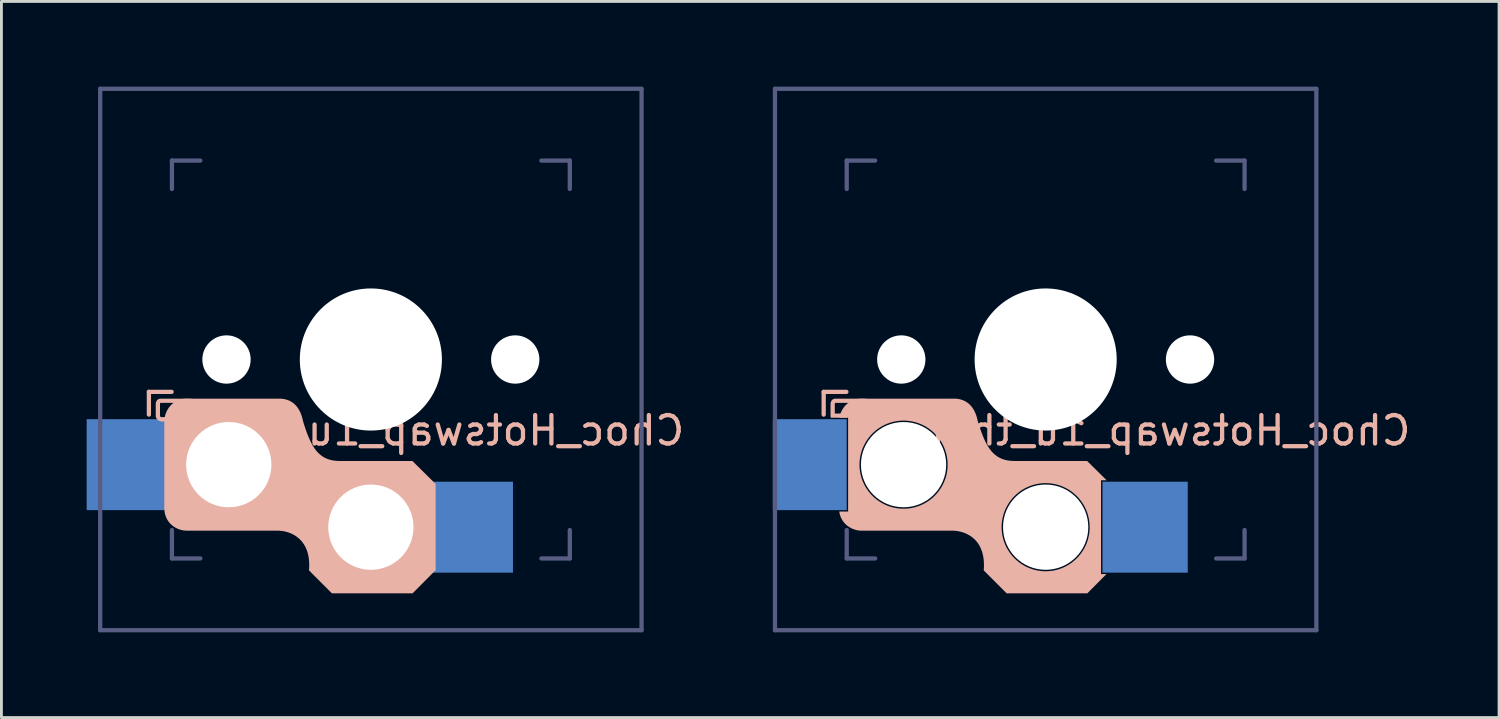
<source format=kicad_pcb>
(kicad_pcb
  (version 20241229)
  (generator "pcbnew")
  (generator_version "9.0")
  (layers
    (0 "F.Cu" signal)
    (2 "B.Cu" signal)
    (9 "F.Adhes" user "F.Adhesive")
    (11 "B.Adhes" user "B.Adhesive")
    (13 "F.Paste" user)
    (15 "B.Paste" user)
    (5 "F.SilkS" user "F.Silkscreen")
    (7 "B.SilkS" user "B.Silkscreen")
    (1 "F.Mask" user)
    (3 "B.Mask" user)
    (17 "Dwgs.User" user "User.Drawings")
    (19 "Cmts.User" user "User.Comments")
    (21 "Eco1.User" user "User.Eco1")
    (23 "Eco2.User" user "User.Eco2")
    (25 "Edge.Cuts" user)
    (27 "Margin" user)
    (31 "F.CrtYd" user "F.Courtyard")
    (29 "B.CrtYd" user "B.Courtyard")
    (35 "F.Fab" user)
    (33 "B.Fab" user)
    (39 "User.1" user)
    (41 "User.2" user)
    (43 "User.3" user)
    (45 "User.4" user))
  (footprint "Choc_Hotswap_1u"
    (layer "F.Cu")
    (at 10 9.6)
    (property "Reference" "Choc_Hotswap_1u" (at 4.4 2.5 0) (unlocked yes) (layer "B.SilkS") (effects (font (size 1 1) (thickness 0.15)) (justify mirror)))
    (attr through_hole)
    (fp_line (start -7.811 1.139) (end -7.011 1.139) (stroke (width 0.15) (type solid)) (layer "B.SilkS"))
    (fp_line (start -7.811 1.939) (end -7.811 1.139) (stroke (width 0.15) (type solid)) (layer "B.SilkS"))
    (fp_poly (pts (xy -3.156 1.379) (xy -3.093 1.386) (xy -3.03 1.396) (xy -2.968 1.413) (xy -2.936 1.423) (xy -2.905 1.434) (xy -2.875 1.447) (xy -2.844 1.462) (xy -2.814 1.478) (xy -2.784 1.496) (xy -2.755 1.516) (xy -2.726 1.537) (xy -2.698 1.561) (xy -2.671 1.586) (xy -2.644 1.613) (xy -2.618 1.642) (xy -2.593 1.673) (xy -2.569 1.707) (xy -2.546 1.742) (xy -2.523 1.78) (xy -2.502 1.82) (xy -2.482 1.862) (xy -2.463 1.907) (xy -2.445 1.954) (xy -2.429 2.004) (xy -2.414 2.056) (xy -2.4 2.111) (xy -2.388 2.168) (xy -2.334 2.34) (xy -2.28 2.5) (xy -2.225 2.649) (xy -2.168 2.787) (xy -2.108 2.913) (xy -2.046 3.028) (xy -1.979 3.132) (xy -1.908 3.225) (xy -1.87 3.267) (xy -1.831 3.307) (xy -1.79 3.343) (xy -1.747 3.377) (xy -1.703 3.409) (xy -1.657 3.437) (xy -1.609 3.463) (xy -1.558 3.486) (xy -1.506 3.506) (xy -1.452 3.524) (xy -1.395 3.539) (xy -1.335 3.551) (xy -1.274 3.56) (xy -1.209 3.567) (xy -1.072 3.572) (xy 1.462 3.572) (xy 2.279 4.38) (xy 2.279 7.411) (xy 1.467 8.229) (xy -1.37 8.229) (xy -2.177 7.421) (xy -2.171 7.317) (xy -2.169 7.217) (xy -2.173 7.123) (xy -2.18 7.033) (xy -2.192 6.948) (xy -2.208 6.868) (xy -2.227 6.792) (xy -2.25 6.721) (xy -2.277 6.654) (xy -2.306 6.591) (xy -2.339 6.532) (xy -2.374 6.477) (xy -2.411 6.426) (xy -2.451 6.378) (xy -2.492 6.334) (xy -2.535 6.294) (xy -2.58 6.257) (xy -2.626 6.223) (xy -2.673 6.192) (xy -2.721 6.164) (xy -2.818 6.117) (xy -2.916 6.081) (xy -3.012 6.054) (xy -3.105 6.036) (xy -3.194 6.026) (xy -3.275 6.023) (xy -6.483 6.023) (xy -6.546 6.02) (xy -6.611 6.011) (xy -6.678 5.997) (xy -6.745 5.976) (xy -6.811 5.949) (xy -6.844 5.934) (xy -6.876 5.916) (xy -6.908 5.897) (xy -6.939 5.877) (xy -6.969 5.855) (xy -6.999 5.831) (xy -7.027 5.806) (xy -7.055 5.779) (xy -7.081 5.75) (xy -7.106 5.72) (xy -7.13 5.688) (xy -7.152 5.654) (xy -7.173 5.619) (xy -7.191 5.582) (xy -7.209 5.543) (xy -7.224 5.502) (xy -7.237 5.46) (xy -7.248 5.416) (xy -7.256 5.37) (xy -7.263 5.322) (xy -7.267 5.273) (xy -7.268 5.221) (xy -7.268 2.18) (xy -7.265 2.11) (xy -7.255 2.039) (xy -7.239 1.968) (xy -7.217 1.898) (xy -7.188 1.83) (xy -7.172 1.796) (xy -7.154 1.763) (xy -7.134 1.731) (xy -7.113 1.7) (xy -7.091 1.669) (xy -7.066 1.64) (xy -7.041 1.612) (xy -7.014 1.584) (xy -6.985 1.558) (xy -6.955 1.534) (xy -6.924 1.511) (xy -6.891 1.489) (xy -6.856 1.469) (xy -6.821 1.451) (xy -6.783 1.434) (xy -6.745 1.42) (xy -6.705 1.407) (xy -6.663 1.397) (xy -6.62 1.388) (xy -6.576 1.382) (xy -6.53 1.379) (xy -6.483 1.377) (xy -3.217 1.377)) (stroke (width -0.000001) (type solid)) (fill yes) (layer "B.SilkS"))
    (fp_poly (pts (xy -6.266 1.379) (xy -6.311 1.382) (xy -6.355 1.388) (xy -6.398 1.397) (xy -6.439 1.407) (xy -6.479 1.42) (xy -6.518 1.434) (xy -6.555 1.451) (xy -6.591 1.469) (xy -6.625 1.489) (xy -6.658 1.511) (xy -6.69 1.534) (xy -6.72 1.558) (xy -6.748 1.584) (xy -6.775 1.612) (xy -6.801 1.64) (xy -6.825 1.669) (xy -6.848 1.7) (xy -6.869 1.731) (xy -6.889 1.763) (xy -6.907 1.796) (xy -6.924 1.83) (xy -6.939 1.864) (xy -6.952 1.898) (xy -6.964 1.933) (xy -6.974 1.968) (xy -6.991 2.039) (xy -6.996 2.075) (xy -7 2.11) (xy -7.003 2.145) (xy -7.003 2.18) (xy -7.374 2.18) (xy -7.383 2.179) (xy -7.391 2.179) (xy -7.399 2.177) (xy -7.407 2.176) (xy -7.416 2.174) (xy -7.424 2.171) (xy -7.433 2.168) (xy -7.441 2.164) (xy -7.449 2.16) (xy -7.458 2.156) (xy -7.474 2.146) (xy -7.489 2.135) (xy -7.497 2.129) (xy -7.504 2.123) (xy -7.511 2.116) (xy -7.518 2.109) (xy -7.524 2.101) (xy -7.531 2.094) (xy -7.536 2.086) (xy -7.542 2.078) (xy -7.547 2.069) (xy -7.551 2.061) (xy -7.556 2.052) (xy -7.559 2.043) (xy -7.562 2.033) (xy -7.565 2.024) (xy -7.567 2.014) (xy -7.569 2.005) (xy -7.57 1.995) (xy -7.57 1.985) (xy -7.57 1.571) (xy -7.42 1.571) (xy -7.42 1.985) (xy -7.42 1.986) (xy -7.419 1.987) (xy -7.419 1.988) (xy -7.419 1.989) (xy -7.419 1.99) (xy -7.419 1.991) (xy -7.418 1.992) (xy -7.418 1.993) (xy -7.417 1.993) (xy -7.417 1.994) (xy -7.416 1.996) (xy -7.415 1.998) (xy -7.414 2) (xy -7.412 2.001) (xy -7.411 2.003) (xy -7.409 2.005) (xy -7.408 2.006) (xy -7.402 2.012) (xy -7.398 2.015) (xy -7.395 2.018) (xy -7.392 2.021) (xy -7.39 2.022) (xy -7.388 2.024) (xy -7.387 2.025) (xy -7.385 2.026) (xy -7.383 2.027) (xy -7.382 2.027) (xy -7.382 2.028) (xy -7.381 2.028) (xy -7.38 2.028) (xy -7.379 2.028) (xy -7.378 2.029) (xy -7.377 2.029) (xy -7.376 2.029) (xy -7.375 2.029) (xy -7.374 2.029) (xy -7.258 2.029) (xy -7.178 2.029) (xy -7.141 2.03) (xy -7.135 1.996) (xy -7.128 1.963) (xy -7.119 1.929) (xy -7.109 1.896) (xy -7.099 1.863) (xy -7.086 1.83) (xy -7.073 1.798) (xy -7.059 1.765) (xy -7.043 1.734) (xy -7.027 1.702) (xy -7.009 1.671) (xy -6.99 1.641) (xy -6.97 1.612) (xy -6.949 1.583) (xy -6.927 1.554) (xy -6.903 1.527) (xy -7.399 1.527) (xy -7.401 1.527) (xy -7.403 1.527) (xy -7.404 1.528) (xy -7.405 1.528) (xy -7.407 1.528) (xy -7.408 1.529) (xy -7.409 1.53) (xy -7.41 1.531) (xy -7.411 1.532) (xy -7.412 1.533) (xy -7.413 1.534) (xy -7.414 1.535) (xy -7.414 1.536) (xy -7.415 1.538) (xy -7.416 1.539) (xy -7.416 1.541) (xy -7.417 1.542) (xy -7.417 1.544) (xy -7.417 1.545) (xy -7.418 1.547) (xy -7.418 1.549) (xy -7.418 1.551) (xy -7.419 1.555) (xy -7.419 1.558) (xy -7.419 1.562) (xy -7.42 1.566) (xy -7.42 1.571) (xy -7.57 1.571) (xy -7.57 1.559) (xy -7.569 1.549) (xy -7.568 1.538) (xy -7.566 1.528) (xy -7.564 1.518) (xy -7.562 1.508) (xy -7.559 1.499) (xy -7.556 1.49) (xy -7.553 1.481) (xy -7.549 1.473) (xy -7.545 1.465) (xy -7.54 1.457) (xy -7.536 1.449) (xy -7.531 1.442) (xy -7.525 1.436) (xy -7.519 1.429) (xy -7.514 1.423) (xy -7.507 1.417) (xy -7.501 1.412) (xy -7.494 1.407) (xy -7.487 1.402) (xy -7.48 1.398) (xy -7.473 1.394) (xy -7.465 1.391) (xy -7.458 1.388) (xy -7.45 1.385) (xy -7.442 1.383) (xy -7.433 1.381) (xy -7.425 1.379) (xy -7.417 1.378) (xy -7.408 1.378) (xy -7.399 1.377) (xy -6.219 1.377)) (stroke (width -0.000001) (type solid)) (fill yes) (layer "B.SilkS"))
    (fp_line (start -9.525 -9.525) (end 9.525 -9.525) (stroke (width 0.15) (type solid)) (layer "B.Fab"))
    (fp_line (start -9.525 9.525) (end -9.525 -9.525) (stroke (width 0.15) (type solid)) (layer "B.Fab"))
    (fp_line (start -7 -7) (end -6 -7) (stroke (width 0.15) (type solid)) (layer "B.Fab"))
    (fp_line (start -7 -6) (end -7 -7) (stroke (width 0.15) (type solid)) (layer "B.Fab"))
    (fp_line (start -7 6) (end -7 7) (stroke (width 0.15) (type solid)) (layer "B.Fab"))
    (fp_line (start -7 7) (end -6 7) (stroke (width 0.15) (type solid)) (layer "B.Fab"))
    (fp_line (start 6 7) (end 7 7) (stroke (width 0.15) (type solid)) (layer "B.Fab"))
    (fp_line (start 7 -7) (end 6 -7) (stroke (width 0.15) (type solid)) (layer "B.Fab"))
    (fp_line (start 7 -7) (end 7 -6) (stroke (width 0.15) (type solid)) (layer "B.Fab"))
    (fp_line (start 7 7) (end 7 6) (stroke (width 0.15) (type solid)) (layer "B.Fab"))
    (fp_line (start 9.525 -9.525) (end 9.525 9.525) (stroke (width 0.15) (type solid)) (layer "B.Fab"))
    (fp_line (start 9.525 9.525) (end -9.525 9.525) (stroke (width 0.15) (type solid)) (layer "B.Fab"))
    (pad "" np_thru_hole circle (at -5.08 0) (size 1.7 1.7) (drill 1.7) (layers "*.Cu" "*.Mask"))
    (pad "" np_thru_hole circle (at -5 3.7 90) (size 3 3) (drill 3) (layers "*.Cu" "*.Mask"))
    (pad "" np_thru_hole circle (at 0 0 90) (size 5 5) (drill 5) (layers "*.Cu"))
    (pad "" np_thru_hole circle (at 0 5.9 90) (size 3 3) (drill 3) (layers "*.Cu" "*.Mask"))
    (pad "" np_thru_hole circle (at 5.08 0) (size 1.7 1.7) (drill 1.7) (layers "*.Cu" "*.Mask"))
    (pad "1" smd rect (at -8.3 3.7 180) (size 3 3.2) (drill (offset 0.2 0)) (layers "B.Cu" "B.Mask" "B.Paste"))
    (pad "2" smd rect (at 3.3 5.9 180) (size 3 3.2) (drill (offset -0.2 0)) (layers "B.Cu" "B.Mask" "B.Paste")))
  (footprint "Choc_Hotswap_1u_thin"
    (layer "F.Cu")
    (at 33.744 9.6)
    (property "Reference" "Choc_Hotswap_1u_thin" (at 4.4 2.5 0) (unlocked yes) (layer "B.SilkS") (effects (font (size 1 1) (thickness 0.15)) (justify mirror)))
    (attr through_hole)
    (fp_line (start -7.811 1.139) (end -7.011 1.139) (stroke (width 0.15) (type solid)) (layer "B.SilkS"))
    (fp_line (start -7.811 1.939) (end -7.811 1.139) (stroke (width 0.15) (type solid)) (layer "B.SilkS"))
    (fp_poly (pts (xy -6.26 1.378) (xy -6.301 1.381) (xy -6.34 1.386) (xy -6.379 1.393) (xy -6.416 1.401) (xy -6.452 1.411) (xy -6.487 1.422) (xy -6.521 1.435) (xy -6.554 1.45) (xy -6.586 1.466) (xy -6.616 1.484) (xy -6.646 1.502) (xy -6.674 1.522) (xy -6.702 1.543) (xy -6.728 1.565) (xy -6.753 1.589) (xy -6.777 1.613) (xy -6.799 1.638) (xy -6.841 1.691) (xy -6.879 1.746) (xy -6.911 1.804) (xy -6.939 1.864) (xy -6.962 1.925) (xy -6.98 1.987) (xy -6.993 2.05) (xy -7.555 2.05) (xy -7.557 2.046) (xy -7.558 2.042) (xy -7.56 2.038) (xy -7.561 2.034) (xy -7.563 2.03) (xy -7.564 2.026) (xy -7.565 2.022) (xy -7.566 2.018) (xy -7.567 2.014) (xy -7.568 2.01) (xy -7.568 2.006) (xy -7.569 2.002) (xy -7.569 1.997) (xy -7.57 1.993) (xy -7.57 1.989) (xy -7.57 1.985) (xy -7.57 1.571) (xy -7.42 1.571) (xy -7.42 1.9) (xy -7.111 1.9) (xy -7.103 1.875) (xy -7.095 1.85) (xy -7.086 1.825) (xy -7.076 1.8) (xy -7.065 1.776) (xy -7.054 1.752) (xy -7.042 1.728) (xy -7.029 1.704) (xy -7.015 1.681) (xy -7.001 1.657) (xy -6.987 1.635) (xy -6.971 1.612) (xy -6.955 1.59) (xy -6.939 1.569) (xy -6.921 1.548) (xy -6.903 1.527) (xy -7.399 1.527) (xy -7.401 1.527) (xy -7.403 1.527) (xy -7.404 1.528) (xy -7.405 1.528) (xy -7.407 1.528) (xy -7.408 1.529) (xy -7.409 1.53) (xy -7.41 1.531) (xy -7.411 1.532) (xy -7.412 1.533) (xy -7.413 1.534) (xy -7.414 1.535) (xy -7.414 1.536) (xy -7.415 1.538) (xy -7.416 1.539) (xy -7.416 1.541) (xy -7.417 1.542) (xy -7.417 1.544) (xy -7.417 1.545) (xy -7.418 1.547) (xy -7.418 1.549) (xy -7.418 1.551) (xy -7.419 1.555) (xy -7.419 1.558) (xy -7.419 1.562) (xy -7.42 1.566) (xy -7.42 1.571) (xy -7.57 1.571) (xy -7.57 1.559) (xy -7.569 1.549) (xy -7.568 1.538) (xy -7.566 1.528) (xy -7.564 1.518) (xy -7.562 1.508) (xy -7.559 1.499) (xy -7.556 1.49) (xy -7.553 1.481) (xy -7.549 1.473) (xy -7.545 1.465) (xy -7.54 1.457) (xy -7.536 1.449) (xy -7.531 1.442) (xy -7.525 1.436) (xy -7.519 1.429) (xy -7.514 1.423) (xy -7.507 1.417) (xy -7.501 1.412) (xy -7.494 1.407) (xy -7.487 1.402) (xy -7.48 1.398) (xy -7.473 1.394) (xy -7.465 1.391) (xy -7.458 1.388) (xy -7.45 1.385) (xy -7.442 1.383) (xy -7.433 1.381) (xy -7.425 1.379) (xy -7.417 1.378) (xy -7.408 1.378) (xy -7.399 1.377) (xy -6.219 1.377)) (stroke (width -0.000001) (type solid)) (fill yes) (layer "B.SilkS"))
    (fp_poly (pts (xy -3.157 1.379) (xy -3.095 1.386) (xy -3.032 1.396) (xy -2.969 1.413) (xy -2.938 1.423) (xy -2.907 1.434) (xy -2.876 1.447) (xy -2.846 1.462) (xy -2.816 1.478) (xy -2.786 1.496) (xy -2.757 1.516) (xy -2.728 1.537) (xy -2.7 1.561) (xy -2.673 1.586) (xy -2.646 1.613) (xy -2.62 1.642) (xy -2.595 1.673) (xy -2.571 1.707) (xy -2.547 1.742) (xy -2.525 1.78) (xy -2.504 1.82) (xy -2.484 1.862) (xy -2.465 1.907) (xy -2.447 1.954) (xy -2.431 2.004) (xy -2.415 2.056) (xy -2.402 2.111) (xy -2.389 2.168) (xy -2.336 2.34) (xy -2.281 2.5) (xy -2.226 2.649) (xy -2.169 2.787) (xy -2.11 2.913) (xy -2.047 3.028) (xy -1.981 3.132) (xy -1.909 3.225) (xy -1.871 3.267) (xy -1.832 3.307) (xy -1.791 3.343) (xy -1.749 3.377) (xy -1.704 3.409) (xy -1.658 3.437) (xy -1.61 3.463) (xy -1.56 3.486) (xy -1.508 3.506) (xy -1.453 3.524) (xy -1.396 3.539) (xy -1.337 3.551) (xy -1.275 3.56) (xy -1.211 3.567) (xy -1.074 3.572) (xy 1.46 3.572) (xy 2.147 4.25) (xy 1.949 4.25) (xy 1.949 7.55) (xy 2.14 7.55) (xy 1.465 8.229) (xy -1.372 8.229) (xy -2.179 7.421) (xy -2.172 7.317) (xy -2.171 7.217) (xy -2.174 7.123) (xy -2.182 7.033) (xy -2.194 6.948) (xy -2.209 6.868) (xy -2.229 6.792) (xy -2.252 6.721) (xy -2.279 6.654) (xy -2.308 6.591) (xy -2.34 6.532) (xy -2.375 6.477) (xy -2.413 6.426) (xy -2.452 6.378) (xy -2.494 6.334) (xy -2.537 6.294) (xy -2.582 6.257) (xy -2.628 6.223) (xy -2.675 6.192) (xy -2.723 6.164) (xy -2.82 6.117) (xy -2.917 6.081) (xy -3.014 6.054) (xy -3.107 6.036) (xy -3.195 6.026) (xy -3.277 6.023) (xy -6.485 6.023) (xy -6.543 6.021) (xy -6.602 6.013) (xy -6.663 6.001) (xy -6.724 5.983) (xy -6.785 5.961) (xy -6.846 5.933) (xy -6.905 5.9) (xy -6.905 5.9) (xy -1.55 5.9) (xy -1.548 5.979) (xy -1.542 6.058) (xy -1.532 6.136) (xy -1.518 6.212) (xy -1.501 6.287) (xy -1.48 6.361) (xy -1.456 6.433) (xy -1.428 6.503) (xy -1.397 6.572) (xy -1.363 6.639) (xy -1.325 6.703) (xy -1.285 6.766) (xy -1.242 6.827) (xy -1.196 6.886) (xy -1.147 6.942) (xy -1.096 6.996) (xy -1.042 7.047) (xy -0.986 7.096) (xy -0.927 7.142) (xy -0.867 7.185) (xy -0.804 7.226) (xy -0.739 7.263) (xy -0.672 7.297) (xy -0.603 7.329) (xy -0.533 7.356) (xy -0.461 7.381) (xy -0.388 7.402) (xy -0.313 7.419) (xy -0.236 7.433) (xy -0.159 7.443) (xy -0.08 7.449) (xy -0.001 7.451) (xy 0.079 7.449) (xy 0.157 7.443) (xy 0.235 7.433) (xy 0.311 7.419) (xy 0.386 7.402) (xy 0.46 7.381) (xy 0.532 7.356) (xy 0.602 7.329) (xy 0.67 7.297) (xy 0.737 7.263) (xy 0.802 7.226) (xy 0.865 7.185) (xy 0.926 7.142) (xy 0.984 7.096) (xy 1.04 7.047) (xy 1.094 6.996) (xy 1.146 6.942) (xy 1.194 6.886) (xy 1.24 6.827) (xy 1.283 6.766) (xy 1.324 6.703) (xy 1.361 6.639) (xy 1.395 6.572) (xy 1.426 6.503) (xy 1.454 6.433) (xy 1.479 6.361) (xy 1.499 6.287) (xy 1.517 6.212) (xy 1.53 6.136) (xy 1.54 6.058) (xy 1.546 5.979) (xy 1.548 5.9) (xy 1.546 5.82) (xy 1.54 5.741) (xy 1.53 5.664) (xy 1.517 5.588) (xy 1.499 5.513) (xy 1.479 5.439) (xy 1.454 5.367) (xy 1.426 5.297) (xy 1.395 5.228) (xy 1.361 5.161) (xy 1.324 5.096) (xy 1.283 5.033) (xy 1.24 4.973) (xy 1.194 4.914) (xy 1.146 4.858) (xy 1.094 4.804) (xy 1.04 4.753) (xy 0.984 4.704) (xy 0.926 4.658) (xy 0.865 4.615) (xy 0.802 4.574) (xy 0.737 4.537) (xy 0.67 4.503) (xy 0.602 4.472) (xy 0.532 4.444) (xy 0.46 4.42) (xy 0.386 4.399) (xy 0.311 4.381) (xy 0.235 4.368) (xy 0.157 4.358) (xy 0.079 4.352) (xy -0.001 4.35) (xy -0.08 4.352) (xy -0.159 4.358) (xy -0.236 4.368) (xy -0.313 4.381) (xy -0.388 4.399) (xy -0.461 4.42) (xy -0.533 4.444) (xy -0.603 4.472) (xy -0.672 4.503) (xy -0.739 4.537) (xy -0.804 4.574) (xy -0.867 4.615) (xy -0.927 4.658) (xy -0.986 4.704) (xy -1.042 4.753) (xy -1.096 4.804) (xy -1.147 4.858) (xy -1.196 4.914) (xy -1.242 4.973) (xy -1.285 5.033) (xy -1.325 5.096) (xy -1.363 5.161) (xy -1.397 5.228) (xy -1.428 5.297) (xy -1.456 5.367) (xy -1.48 5.439) (xy -1.501 5.513) (xy -1.518 5.588) (xy -1.532 5.664) (xy -1.542 5.741) (xy -1.548 5.82) (xy -1.55 5.9) (xy -6.905 5.9) (xy -6.934 5.881) (xy -6.962 5.861) (xy -6.989 5.84) (xy -7.016 5.817) (xy -7.042 5.793) (xy -7.067 5.768) (xy -7.091 5.741) (xy -7.114 5.713) (xy -7.135 5.683) (xy -7.155 5.652) (xy -7.174 5.619) (xy -7.192 5.585) (xy -7.208 5.55) (xy -7.222 5.513) (xy -7.235 5.475) (xy -7.246 5.435) (xy -7.255 5.393) (xy -7.262 5.35) (xy -6.951 5.35) (xy -6.951 3.7) (xy -6.55 3.7) (xy -6.548 3.78) (xy -6.542 3.858) (xy -6.532 3.936) (xy -6.519 4.012) (xy -6.501 4.087) (xy -6.48 4.161) (xy -6.456 4.233) (xy -6.428 4.303) (xy -6.397 4.372) (xy -6.363 4.439) (xy -6.326 4.504) (xy -6.285 4.566) (xy -6.242 4.627) (xy -6.196 4.686) (xy -6.147 4.742) (xy -6.096 4.796) (xy -6.042 4.847) (xy -5.986 4.896) (xy -5.928 4.942) (xy -5.867 4.985) (xy -5.804 5.025) (xy -5.739 5.063) (xy -5.672 5.097) (xy -5.604 5.128) (xy -5.533 5.156) (xy -5.462 5.18) (xy -5.388 5.201) (xy -5.313 5.218) (xy -5.237 5.232) (xy -5.159 5.242) (xy -5.081 5.248) (xy -5.001 5.25) (xy -4.921 5.248) (xy -4.842 5.242) (xy -4.765 5.232) (xy -4.688 5.218) (xy -4.613 5.201) (xy -4.54 5.18) (xy -4.468 5.156) (xy -4.397 5.128) (xy -4.328 5.097) (xy -4.261 5.063) (xy -4.197 5.025) (xy -4.134 4.985) (xy -4.073 4.942) (xy -4.014 4.896) (xy -3.958 4.847) (xy -3.904 4.796) (xy -3.853 4.742) (xy -3.804 4.686) (xy -3.758 4.627) (xy -3.715 4.566) (xy -3.674 4.504) (xy -3.637 4.439) (xy -3.603 4.372) (xy -3.572 4.303) (xy -3.544 4.233) (xy -3.519 4.161) (xy -3.498 4.087) (xy -3.481 4.012) (xy -3.468 3.936) (xy -3.458 3.858) (xy -3.452 3.78) (xy -3.45 3.7) (xy -3.452 3.62) (xy -3.458 3.542) (xy -3.468 3.464) (xy -3.481 3.388) (xy -3.498 3.313) (xy -3.519 3.239) (xy -3.544 3.167) (xy -3.572 3.097) (xy -3.603 3.028) (xy -3.637 2.962) (xy -3.674 2.897) (xy -3.715 2.834) (xy -3.758 2.773) (xy -3.804 2.715) (xy -3.853 2.658) (xy -3.904 2.604) (xy -3.958 2.553) (xy -4.014 2.504) (xy -4.073 2.458) (xy -4.134 2.415) (xy -4.197 2.375) (xy -4.261 2.337) (xy -4.328 2.303) (xy -4.397 2.272) (xy -4.468 2.244) (xy -4.54 2.22) (xy -4.613 2.199) (xy -4.688 2.182) (xy -4.765 2.168) (xy -4.842 2.158) (xy -4.921 2.152) (xy -5.001 2.15) (xy -5.081 2.152) (xy -5.159 2.158) (xy -5.237 2.168) (xy -5.313 2.182) (xy -5.388 2.199) (xy -5.462 2.22) (xy -5.533 2.244) (xy -5.604 2.272) (xy -5.672 2.303) (xy -5.739 2.337) (xy -5.804 2.375) (xy -5.867 2.415) (xy -5.928 2.458) (xy -5.986 2.504) (xy -6.042 2.553) (xy -6.096 2.604) (xy -6.147 2.658) (xy -6.196 2.715) (xy -6.242 2.773) (xy -6.285 2.834) (xy -6.326 2.897) (xy -6.363 2.962) (xy -6.397 3.028) (xy -6.428 3.097) (xy -6.456 3.167) (xy -6.48 3.239) (xy -6.501 3.313) (xy -6.519 3.388) (xy -6.532 3.464) (xy -6.542 3.542) (xy -6.548 3.62) (xy -6.55 3.7) (xy -6.951 3.7) (xy -6.951 2.05) (xy -7.259 2.05) (xy -7.246 1.987) (xy -7.228 1.925) (xy -7.205 1.864) (xy -7.177 1.804) (xy -7.145 1.746) (xy -7.107 1.691) (xy -7.087 1.664) (xy -7.065 1.638) (xy -7.043 1.613) (xy -7.019 1.589) (xy -6.994 1.565) (xy -6.968 1.543) (xy -6.94 1.522) (xy -6.912 1.502) (xy -6.882 1.484) (xy -6.852 1.466) (xy -6.82 1.45) (xy -6.787 1.435) (xy -6.753 1.422) (xy -6.718 1.411) (xy -6.682 1.401) (xy -6.645 1.393) (xy -6.606 1.386) (xy -6.567 1.381) (xy -6.527 1.378) (xy -6.485 1.377) (xy -3.219 1.377)) (stroke (width -0.000001) (type solid)) (fill yes) (layer "B.SilkS"))
    (fp_line (start -9.525 -9.525) (end 9.525 -9.525) (stroke (width 0.15) (type solid)) (layer "B.Fab"))
    (fp_line (start -9.525 9.525) (end -9.525 -9.525) (stroke (width 0.15) (type solid)) (layer "B.Fab"))
    (fp_line (start -7 -7) (end -6 -7) (stroke (width 0.15) (type solid)) (layer "B.Fab"))
    (fp_line (start -7 -6) (end -7 -7) (stroke (width 0.15) (type solid)) (layer "B.Fab"))
    (fp_line (start -7 6) (end -7 7) (stroke (width 0.15) (type solid)) (layer "B.Fab"))
    (fp_line (start -7 7) (end -6 7) (stroke (width 0.15) (type solid)) (layer "B.Fab"))
    (fp_line (start 6 7) (end 7 7) (stroke (width 0.15) (type solid)) (layer "B.Fab"))
    (fp_line (start 7 -7) (end 6 -7) (stroke (width 0.15) (type solid)) (layer "B.Fab"))
    (fp_line (start 7 -7) (end 7 -6) (stroke (width 0.15) (type solid)) (layer "B.Fab"))
    (fp_line (start 7 7) (end 7 6) (stroke (width 0.15) (type solid)) (layer "B.Fab"))
    (fp_line (start 9.525 -9.525) (end 9.525 9.525) (stroke (width 0.15) (type solid)) (layer "B.Fab"))
    (fp_line (start 9.525 9.525) (end -9.525 9.525) (stroke (width 0.15) (type solid)) (layer "B.Fab"))
    (pad "" np_thru_hole circle (at -5.08 0) (size 1.7 1.7) (drill 1.7) (layers "*.Cu" "*.Mask"))
    (pad "" np_thru_hole circle (at -5 3.7 90) (size 3 3) (drill 3) (layers "*.Cu" "*.Mask"))
    (pad "" np_thru_hole circle (at 0 0 90) (size 5 5) (drill 5) (layers "*.Cu"))
    (pad "" np_thru_hole circle (at 0 5.9 90) (size 3 3) (drill 3) (layers "*.Cu" "*.Mask"))
    (pad "" np_thru_hole circle (at 5.08 0) (size 1.7 1.7) (drill 1.7) (layers "*.Cu" "*.Mask"))
    (pad "1" smd rect (at -8.1 3.7 180) (size 2.6 3.2) (drill (offset 0.2 0)) (layers "B.Cu" "B.Mask" "B.Paste"))
    (pad "2" smd rect (at 3.3 5.9 180) (size 3 3.2) (drill (offset -0.2 0)) (layers "B.Cu" "B.Mask" "B.Paste")))
  (gr_rect
    (start -3 -3)
    (end 49.698 22.2)
    (stroke (width 0.1) (type default))
    (fill no)
    (layer "Edge.Cuts")))
</source>
